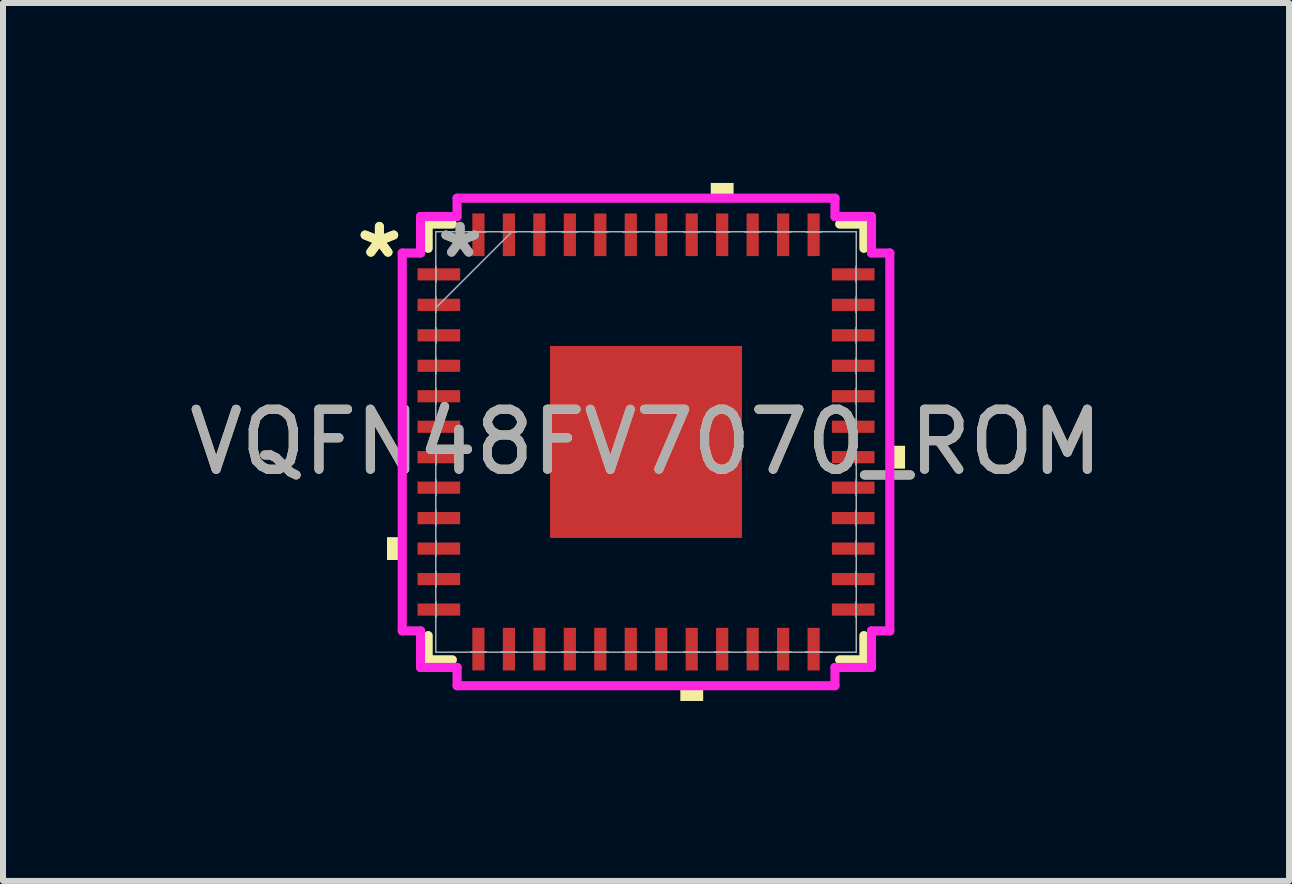
<source format=kicad_pcb>
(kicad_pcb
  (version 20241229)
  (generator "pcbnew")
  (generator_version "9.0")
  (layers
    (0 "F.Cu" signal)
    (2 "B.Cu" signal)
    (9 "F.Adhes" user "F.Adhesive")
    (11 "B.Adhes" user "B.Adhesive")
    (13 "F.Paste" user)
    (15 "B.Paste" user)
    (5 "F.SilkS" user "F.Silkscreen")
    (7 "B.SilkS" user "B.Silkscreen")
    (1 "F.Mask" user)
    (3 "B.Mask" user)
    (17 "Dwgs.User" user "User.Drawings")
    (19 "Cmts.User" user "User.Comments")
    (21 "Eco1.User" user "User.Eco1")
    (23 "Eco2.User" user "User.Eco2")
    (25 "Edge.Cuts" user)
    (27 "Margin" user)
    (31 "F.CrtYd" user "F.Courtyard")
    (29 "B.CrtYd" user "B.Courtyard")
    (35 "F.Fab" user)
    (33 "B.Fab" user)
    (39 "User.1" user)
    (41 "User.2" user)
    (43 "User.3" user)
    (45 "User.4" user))
  (footprint "VQFN48FV7070_ROM"
    (layer "F.Cu")
    (at 7.72 4.318)
    (property "Reference" "VQFN48FV7070_ROM" (at 0 0 0) (unlocked yes) (layer "F.SilkS") (effects (font (size 1 1) (thickness 0.15))))
    (attr smd)
    (fp_line (start -3.632 -3.632) (end -3.632 -3.228) (stroke (width 0.152) (type solid)) (layer "F.SilkS"))
    (fp_line (start -3.632 3.228) (end -3.632 3.632) (stroke (width 0.152) (type solid)) (layer "F.SilkS"))
    (fp_line (start -3.632 3.632) (end -3.228 3.632) (stroke (width 0.152) (type solid)) (layer "F.SilkS"))
    (fp_line (start -3.228 -3.632) (end -3.632 -3.632) (stroke (width 0.152) (type solid)) (layer "F.SilkS"))
    (fp_line (start 3.228 3.632) (end 3.632 3.632) (stroke (width 0.152) (type solid)) (layer "F.SilkS"))
    (fp_line (start 3.632 -3.632) (end 3.228 -3.632) (stroke (width 0.152) (type solid)) (layer "F.SilkS"))
    (fp_line (start 3.632 -3.228) (end 3.632 -3.632) (stroke (width 0.152) (type solid)) (layer "F.SilkS"))
    (fp_line (start 3.632 3.632) (end 3.632 3.228) (stroke (width 0.152) (type solid)) (layer "F.SilkS"))
    (fp_poly (pts (xy -4.318 1.587) (xy -4.318 1.968) (xy -4.064 1.968) (xy -4.064 1.587)) (stroke (width 0) (type solid)) (fill yes) (layer "F.SilkS"))
    (fp_poly (pts (xy 0.572 4.064) (xy 0.572 4.318) (xy 0.953 4.318) (xy 0.953 4.064)) (stroke (width 0) (type solid)) (fill yes) (layer "F.SilkS"))
    (fp_poly (pts (xy 1.079 -4.064) (xy 1.079 -4.318) (xy 1.46 -4.318) (xy 1.46 -4.064)) (stroke (width 0) (type solid)) (fill yes) (layer "F.SilkS"))
    (fp_poly (pts (xy 4.318 0.064) (xy 4.318 0.445) (xy 4.064 0.445) (xy 4.064 0.064)) (stroke (width 0) (type solid)) (fill yes) (layer "F.SilkS"))
    (fp_poly (pts (xy -1.5 -1.5) (xy -1.5 -0.1) (xy -0.1 -0.1) (xy -0.1 -1.5)) (stroke (width 0) (type solid)) (fill yes) (layer "F.Paste"))
    (fp_poly (pts (xy -1.5 0.1) (xy -1.5 1.5) (xy -0.1 1.5) (xy -0.1 0.1)) (stroke (width 0) (type solid)) (fill yes) (layer "F.Paste"))
    (fp_poly (pts (xy 0.1 -1.5) (xy 0.1 -0.1) (xy 1.5 -0.1) (xy 1.5 -1.5)) (stroke (width 0) (type solid)) (fill yes) (layer "F.Paste"))
    (fp_poly (pts (xy 0.1 0.1) (xy 0.1 1.5) (xy 1.5 1.5) (xy 1.5 0.1)) (stroke (width 0) (type solid)) (fill yes) (layer "F.Paste"))
    (fp_line (start -4.064 -3.15) (end -3.759 -3.15) (stroke (width 0.152) (type solid)) (layer "F.CrtYd"))
    (fp_line (start -4.064 3.15) (end -4.064 -3.15) (stroke (width 0.152) (type solid)) (layer "F.CrtYd"))
    (fp_line (start -3.759 -3.759) (end -3.15 -3.759) (stroke (width 0.152) (type solid)) (layer "F.CrtYd"))
    (fp_line (start -3.759 -3.15) (end -3.759 -3.759) (stroke (width 0.152) (type solid)) (layer "F.CrtYd"))
    (fp_line (start -3.759 3.15) (end -4.064 3.15) (stroke (width 0.152) (type solid)) (layer "F.CrtYd"))
    (fp_line (start -3.759 3.759) (end -3.759 3.15) (stroke (width 0.152) (type solid)) (layer "F.CrtYd"))
    (fp_line (start -3.15 -4.064) (end 3.15 -4.064) (stroke (width 0.152) (type solid)) (layer "F.CrtYd"))
    (fp_line (start -3.15 -3.759) (end -3.15 -4.064) (stroke (width 0.152) (type solid)) (layer "F.CrtYd"))
    (fp_line (start -3.15 3.759) (end -3.759 3.759) (stroke (width 0.152) (type solid)) (layer "F.CrtYd"))
    (fp_line (start -3.15 4.064) (end -3.15 3.759) (stroke (width 0.152) (type solid)) (layer "F.CrtYd"))
    (fp_line (start 3.15 -4.064) (end 3.15 -3.759) (stroke (width 0.152) (type solid)) (layer "F.CrtYd"))
    (fp_line (start 3.15 -3.759) (end 3.759 -3.759) (stroke (width 0.152) (type solid)) (layer "F.CrtYd"))
    (fp_line (start 3.15 3.759) (end 3.15 4.064) (stroke (width 0.152) (type solid)) (layer "F.CrtYd"))
    (fp_line (start 3.15 4.064) (end -3.15 4.064) (stroke (width 0.152) (type solid)) (layer "F.CrtYd"))
    (fp_line (start 3.759 -3.759) (end 3.759 -3.15) (stroke (width 0.152) (type solid)) (layer "F.CrtYd"))
    (fp_line (start 3.759 -3.15) (end 4.064 -3.15) (stroke (width 0.152) (type solid)) (layer "F.CrtYd"))
    (fp_line (start 3.759 3.15) (end 3.759 3.759) (stroke (width 0.152) (type solid)) (layer "F.CrtYd"))
    (fp_line (start 3.759 3.759) (end 3.15 3.759) (stroke (width 0.152) (type solid)) (layer "F.CrtYd"))
    (fp_line (start 4.064 -3.15) (end 4.064 3.15) (stroke (width 0.152) (type solid)) (layer "F.CrtYd"))
    (fp_line (start 4.064 3.15) (end 3.759 3.15) (stroke (width 0.152) (type solid)) (layer "F.CrtYd"))
    (fp_line (start -3.505 -3.505) (end -3.505 -3.505) (stroke (width 0.025) (type solid)) (layer "F.Fab"))
    (fp_line (start -3.505 -3.505) (end -3.505 3.505) (stroke (width 0.025) (type solid)) (layer "F.Fab"))
    (fp_line (start -3.505 -2.921) (end -3.505 -2.921) (stroke (width 0.025) (type solid)) (layer "F.Fab"))
    (fp_line (start -3.505 -2.921) (end -3.505 -2.667) (stroke (width 0.025) (type solid)) (layer "F.Fab"))
    (fp_line (start -3.505 -2.667) (end -3.505 -2.921) (stroke (width 0.025) (type solid)) (layer "F.Fab"))
    (fp_line (start -3.505 -2.667) (end -3.505 -2.667) (stroke (width 0.025) (type solid)) (layer "F.Fab"))
    (fp_line (start -3.505 -2.413) (end -3.505 -2.413) (stroke (width 0.025) (type solid)) (layer "F.Fab"))
    (fp_line (start -3.505 -2.413) (end -3.505 -2.159) (stroke (width 0.025) (type solid)) (layer "F.Fab"))
    (fp_line (start -3.505 -2.235) (end -2.235 -3.505) (stroke (width 0.025) (type solid)) (layer "F.Fab"))
    (fp_line (start -3.505 -2.159) (end -3.505 -2.413) (stroke (width 0.025) (type solid)) (layer "F.Fab"))
    (fp_line (start -3.505 -2.159) (end -3.505 -2.159) (stroke (width 0.025) (type solid)) (layer "F.Fab"))
    (fp_line (start -3.505 -1.905) (end -3.505 -1.905) (stroke (width 0.025) (type solid)) (layer "F.Fab"))
    (fp_line (start -3.505 -1.905) (end -3.505 -1.651) (stroke (width 0.025) (type solid)) (layer "F.Fab"))
    (fp_line (start -3.505 -1.651) (end -3.505 -1.905) (stroke (width 0.025) (type solid)) (layer "F.Fab"))
    (fp_line (start -3.505 -1.651) (end -3.505 -1.651) (stroke (width 0.025) (type solid)) (layer "F.Fab"))
    (fp_line (start -3.505 -1.397) (end -3.505 -1.397) (stroke (width 0.025) (type solid)) (layer "F.Fab"))
    (fp_line (start -3.505 -1.397) (end -3.505 -1.143) (stroke (width 0.025) (type solid)) (layer "F.Fab"))
    (fp_line (start -3.505 -1.143) (end -3.505 -1.397) (stroke (width 0.025) (type solid)) (layer "F.Fab"))
    (fp_line (start -3.505 -1.143) (end -3.505 -1.143) (stroke (width 0.025) (type solid)) (layer "F.Fab"))
    (fp_line (start -3.505 -0.889) (end -3.505 -0.889) (stroke (width 0.025) (type solid)) (layer "F.Fab"))
    (fp_line (start -3.505 -0.889) (end -3.505 -0.635) (stroke (width 0.025) (type solid)) (layer "F.Fab"))
    (fp_line (start -3.505 -0.635) (end -3.505 -0.889) (stroke (width 0.025) (type solid)) (layer "F.Fab"))
    (fp_line (start -3.505 -0.635) (end -3.505 -0.635) (stroke (width 0.025) (type solid)) (layer "F.Fab"))
    (fp_line (start -3.505 -0.381) (end -3.505 -0.381) (stroke (width 0.025) (type solid)) (layer "F.Fab"))
    (fp_line (start -3.505 -0.381) (end -3.505 -0.127) (stroke (width 0.025) (type solid)) (layer "F.Fab"))
    (fp_line (start -3.505 -0.127) (end -3.505 -0.381) (stroke (width 0.025) (type solid)) (layer "F.Fab"))
    (fp_line (start -3.505 -0.127) (end -3.505 -0.127) (stroke (width 0.025) (type solid)) (layer "F.Fab"))
    (fp_line (start -3.505 0.127) (end -3.505 0.127) (stroke (width 0.025) (type solid)) (layer "F.Fab"))
    (fp_line (start -3.505 0.127) (end -3.505 0.381) (stroke (width 0.025) (type solid)) (layer "F.Fab"))
    (fp_line (start -3.505 0.381) (end -3.505 0.127) (stroke (width 0.025) (type solid)) (layer "F.Fab"))
    (fp_line (start -3.505 0.381) (end -3.505 0.381) (stroke (width 0.025) (type solid)) (layer "F.Fab"))
    (fp_line (start -3.505 0.635) (end -3.505 0.635) (stroke (width 0.025) (type solid)) (layer "F.Fab"))
    (fp_line (start -3.505 0.635) (end -3.505 0.889) (stroke (width 0.025) (type solid)) (layer "F.Fab"))
    (fp_line (start -3.505 0.889) (end -3.505 0.635) (stroke (width 0.025) (type solid)) (layer "F.Fab"))
    (fp_line (start -3.505 0.889) (end -3.505 0.889) (stroke (width 0.025) (type solid)) (layer "F.Fab"))
    (fp_line (start -3.505 1.143) (end -3.505 1.143) (stroke (width 0.025) (type solid)) (layer "F.Fab"))
    (fp_line (start -3.505 1.143) (end -3.505 1.397) (stroke (width 0.025) (type solid)) (layer "F.Fab"))
    (fp_line (start -3.505 1.397) (end -3.505 1.143) (stroke (width 0.025) (type solid)) (layer "F.Fab"))
    (fp_line (start -3.505 1.397) (end -3.505 1.397) (stroke (width 0.025) (type solid)) (layer "F.Fab"))
    (fp_line (start -3.505 1.651) (end -3.505 1.651) (stroke (width 0.025) (type solid)) (layer "F.Fab"))
    (fp_line (start -3.505 1.651) (end -3.505 1.905) (stroke (width 0.025) (type solid)) (layer "F.Fab"))
    (fp_line (start -3.505 1.905) (end -3.505 1.651) (stroke (width 0.025) (type solid)) (layer "F.Fab"))
    (fp_line (start -3.505 1.905) (end -3.505 1.905) (stroke (width 0.025) (type solid)) (layer "F.Fab"))
    (fp_line (start -3.505 2.159) (end -3.505 2.159) (stroke (width 0.025) (type solid)) (layer "F.Fab"))
    (fp_line (start -3.505 2.159) (end -3.505 2.413) (stroke (width 0.025) (type solid)) (layer "F.Fab"))
    (fp_line (start -3.505 2.413) (end -3.505 2.159) (stroke (width 0.025) (type solid)) (layer "F.Fab"))
    (fp_line (start -3.505 2.413) (end -3.505 2.413) (stroke (width 0.025) (type solid)) (layer "F.Fab"))
    (fp_line (start -3.505 2.667) (end -3.505 2.667) (stroke (width 0.025) (type solid)) (layer "F.Fab"))
    (fp_line (start -3.505 2.667) (end -3.505 2.921) (stroke (width 0.025) (type solid)) (layer "F.Fab"))
    (fp_line (start -3.505 2.921) (end -3.505 2.667) (stroke (width 0.025) (type solid)) (layer "F.Fab"))
    (fp_line (start -3.505 2.921) (end -3.505 2.921) (stroke (width 0.025) (type solid)) (layer "F.Fab"))
    (fp_line (start -3.505 3.505) (end -3.505 3.505) (stroke (width 0.025) (type solid)) (layer "F.Fab"))
    (fp_line (start -3.505 3.505) (end 3.505 3.505) (stroke (width 0.025) (type solid)) (layer "F.Fab"))
    (fp_line (start -2.921 -3.505) (end -2.921 -3.505) (stroke (width 0.025) (type solid)) (layer "F.Fab"))
    (fp_line (start -2.921 -3.505) (end -2.667 -3.505) (stroke (width 0.025) (type solid)) (layer "F.Fab"))
    (fp_line (start -2.921 3.505) (end -2.921 3.505) (stroke (width 0.025) (type solid)) (layer "F.Fab"))
    (fp_line (start -2.921 3.505) (end -2.667 3.505) (stroke (width 0.025) (type solid)) (layer "F.Fab"))
    (fp_line (start -2.667 -3.505) (end -2.921 -3.505) (stroke (width 0.025) (type solid)) (layer "F.Fab"))
    (fp_line (start -2.667 -3.505) (end -2.667 -3.505) (stroke (width 0.025) (type solid)) (layer "F.Fab"))
    (fp_line (start -2.667 3.505) (end -2.921 3.505) (stroke (width 0.025) (type solid)) (layer "F.Fab"))
    (fp_line (start -2.667 3.505) (end -2.667 3.505) (stroke (width 0.025) (type solid)) (layer "F.Fab"))
    (fp_line (start -2.413 -3.505) (end -2.413 -3.505) (stroke (width 0.025) (type solid)) (layer "F.Fab"))
    (fp_line (start -2.413 -3.505) (end -2.159 -3.505) (stroke (width 0.025) (type solid)) (layer "F.Fab"))
    (fp_line (start -2.413 3.505) (end -2.413 3.505) (stroke (width 0.025) (type solid)) (layer "F.Fab"))
    (fp_line (start -2.413 3.505) (end -2.159 3.505) (stroke (width 0.025) (type solid)) (layer "F.Fab"))
    (fp_line (start -2.159 -3.505) (end -2.413 -3.505) (stroke (width 0.025) (type solid)) (layer "F.Fab"))
    (fp_line (start -2.159 -3.505) (end -2.159 -3.505) (stroke (width 0.025) (type solid)) (layer "F.Fab"))
    (fp_line (start -2.159 3.505) (end -2.413 3.505) (stroke (width 0.025) (type solid)) (layer "F.Fab"))
    (fp_line (start -2.159 3.505) (end -2.159 3.505) (stroke (width 0.025) (type solid)) (layer "F.Fab"))
    (fp_line (start -1.905 -3.505) (end -1.905 -3.505) (stroke (width 0.025) (type solid)) (layer "F.Fab"))
    (fp_line (start -1.905 -3.505) (end -1.651 -3.505) (stroke (width 0.025) (type solid)) (layer "F.Fab"))
    (fp_line (start -1.905 3.505) (end -1.905 3.505) (stroke (width 0.025) (type solid)) (layer "F.Fab"))
    (fp_line (start -1.905 3.505) (end -1.651 3.505) (stroke (width 0.025) (type solid)) (layer "F.Fab"))
    (fp_line (start -1.651 -3.505) (end -1.905 -3.505) (stroke (width 0.025) (type solid)) (layer "F.Fab"))
    (fp_line (start -1.651 -3.505) (end -1.651 -3.505) (stroke (width 0.025) (type solid)) (layer "F.Fab"))
    (fp_line (start -1.651 3.505) (end -1.905 3.505) (stroke (width 0.025) (type solid)) (layer "F.Fab"))
    (fp_line (start -1.651 3.505) (end -1.651 3.505) (stroke (width 0.025) (type solid)) (layer "F.Fab"))
    (fp_line (start -1.397 -3.505) (end -1.397 -3.505) (stroke (width 0.025) (type solid)) (layer "F.Fab"))
    (fp_line (start -1.397 -3.505) (end -1.143 -3.505) (stroke (width 0.025) (type solid)) (layer "F.Fab"))
    (fp_line (start -1.397 3.505) (end -1.397 3.505) (stroke (width 0.025) (type solid)) (layer "F.Fab"))
    (fp_line (start -1.397 3.505) (end -1.143 3.505) (stroke (width 0.025) (type solid)) (layer "F.Fab"))
    (fp_line (start -1.143 -3.505) (end -1.397 -3.505) (stroke (width 0.025) (type solid)) (layer "F.Fab"))
    (fp_line (start -1.143 -3.505) (end -1.143 -3.505) (stroke (width 0.025) (type solid)) (layer "F.Fab"))
    (fp_line (start -1.143 3.505) (end -1.397 3.505) (stroke (width 0.025) (type solid)) (layer "F.Fab"))
    (fp_line (start -1.143 3.505) (end -1.143 3.505) (stroke (width 0.025) (type solid)) (layer "F.Fab"))
    (fp_line (start -0.889 -3.505) (end -0.889 -3.505) (stroke (width 0.025) (type solid)) (layer "F.Fab"))
    (fp_line (start -0.889 -3.505) (end -0.635 -3.505) (stroke (width 0.025) (type solid)) (layer "F.Fab"))
    (fp_line (start -0.889 3.505) (end -0.889 3.505) (stroke (width 0.025) (type solid)) (layer "F.Fab"))
    (fp_line (start -0.889 3.505) (end -0.635 3.505) (stroke (width 0.025) (type solid)) (layer "F.Fab"))
    (fp_line (start -0.635 -3.505) (end -0.889 -3.505) (stroke (width 0.025) (type solid)) (layer "F.Fab"))
    (fp_line (start -0.635 -3.505) (end -0.635 -3.505) (stroke (width 0.025) (type solid)) (layer "F.Fab"))
    (fp_line (start -0.635 3.505) (end -0.889 3.505) (stroke (width 0.025) (type solid)) (layer "F.Fab"))
    (fp_line (start -0.635 3.505) (end -0.635 3.505) (stroke (width 0.025) (type solid)) (layer "F.Fab"))
    (fp_line (start -0.381 -3.505) (end -0.381 -3.505) (stroke (width 0.025) (type solid)) (layer "F.Fab"))
    (fp_line (start -0.381 -3.505) (end -0.127 -3.505) (stroke (width 0.025) (type solid)) (layer "F.Fab"))
    (fp_line (start -0.381 3.505) (end -0.381 3.505) (stroke (width 0.025) (type solid)) (layer "F.Fab"))
    (fp_line (start -0.381 3.505) (end -0.127 3.505) (stroke (width 0.025) (type solid)) (layer "F.Fab"))
    (fp_line (start -0.127 -3.505) (end -0.381 -3.505) (stroke (width 0.025) (type solid)) (layer "F.Fab"))
    (fp_line (start -0.127 -3.505) (end -0.127 -3.505) (stroke (width 0.025) (type solid)) (layer "F.Fab"))
    (fp_line (start -0.127 3.505) (end -0.381 3.505) (stroke (width 0.025) (type solid)) (layer "F.Fab"))
    (fp_line (start -0.127 3.505) (end -0.127 3.505) (stroke (width 0.025) (type solid)) (layer "F.Fab"))
    (fp_line (start 0.127 -3.505) (end 0.127 -3.505) (stroke (width 0.025) (type solid)) (layer "F.Fab"))
    (fp_line (start 0.127 -3.505) (end 0.381 -3.505) (stroke (width 0.025) (type solid)) (layer "F.Fab"))
    (fp_line (start 0.127 3.505) (end 0.127 3.505) (stroke (width 0.025) (type solid)) (layer "F.Fab"))
    (fp_line (start 0.127 3.505) (end 0.381 3.505) (stroke (width 0.025) (type solid)) (layer "F.Fab"))
    (fp_line (start 0.381 -3.505) (end 0.127 -3.505) (stroke (width 0.025) (type solid)) (layer "F.Fab"))
    (fp_line (start 0.381 -3.505) (end 0.381 -3.505) (stroke (width 0.025) (type solid)) (layer "F.Fab"))
    (fp_line (start 0.381 3.505) (end 0.127 3.505) (stroke (width 0.025) (type solid)) (layer "F.Fab"))
    (fp_line (start 0.381 3.505) (end 0.381 3.505) (stroke (width 0.025) (type solid)) (layer "F.Fab"))
    (fp_line (start 0.635 -3.505) (end 0.635 -3.505) (stroke (width 0.025) (type solid)) (layer "F.Fab"))
    (fp_line (start 0.635 -3.505) (end 0.889 -3.505) (stroke (width 0.025) (type solid)) (layer "F.Fab"))
    (fp_line (start 0.635 3.505) (end 0.635 3.505) (stroke (width 0.025) (type solid)) (layer "F.Fab"))
    (fp_line (start 0.635 3.505) (end 0.889 3.505) (stroke (width 0.025) (type solid)) (layer "F.Fab"))
    (fp_line (start 0.889 -3.505) (end 0.635 -3.505) (stroke (width 0.025) (type solid)) (layer "F.Fab"))
    (fp_line (start 0.889 -3.505) (end 0.889 -3.505) (stroke (width 0.025) (type solid)) (layer "F.Fab"))
    (fp_line (start 0.889 3.505) (end 0.635 3.505) (stroke (width 0.025) (type solid)) (layer "F.Fab"))
    (fp_line (start 0.889 3.505) (end 0.889 3.505) (stroke (width 0.025) (type solid)) (layer "F.Fab"))
    (fp_line (start 1.143 -3.505) (end 1.143 -3.505) (stroke (width 0.025) (type solid)) (layer "F.Fab"))
    (fp_line (start 1.143 -3.505) (end 1.397 -3.505) (stroke (width 0.025) (type solid)) (layer "F.Fab"))
    (fp_line (start 1.143 3.505) (end 1.143 3.505) (stroke (width 0.025) (type solid)) (layer "F.Fab"))
    (fp_line (start 1.143 3.505) (end 1.397 3.505) (stroke (width 0.025) (type solid)) (layer "F.Fab"))
    (fp_line (start 1.397 -3.505) (end 1.143 -3.505) (stroke (width 0.025) (type solid)) (layer "F.Fab"))
    (fp_line (start 1.397 -3.505) (end 1.397 -3.505) (stroke (width 0.025) (type solid)) (layer "F.Fab"))
    (fp_line (start 1.397 3.505) (end 1.143 3.505) (stroke (width 0.025) (type solid)) (layer "F.Fab"))
    (fp_line (start 1.397 3.505) (end 1.397 3.505) (stroke (width 0.025) (type solid)) (layer "F.Fab"))
    (fp_line (start 1.651 -3.505) (end 1.651 -3.505) (stroke (width 0.025) (type solid)) (layer "F.Fab"))
    (fp_line (start 1.651 -3.505) (end 1.905 -3.505) (stroke (width 0.025) (type solid)) (layer "F.Fab"))
    (fp_line (start 1.651 3.505) (end 1.651 3.505) (stroke (width 0.025) (type solid)) (layer "F.Fab"))
    (fp_line (start 1.651 3.505) (end 1.905 3.505) (stroke (width 0.025) (type solid)) (layer "F.Fab"))
    (fp_line (start 1.905 -3.505) (end 1.651 -3.505) (stroke (width 0.025) (type solid)) (layer "F.Fab"))
    (fp_line (start 1.905 -3.505) (end 1.905 -3.505) (stroke (width 0.025) (type solid)) (layer "F.Fab"))
    (fp_line (start 1.905 3.505) (end 1.651 3.505) (stroke (width 0.025) (type solid)) (layer "F.Fab"))
    (fp_line (start 1.905 3.505) (end 1.905 3.505) (stroke (width 0.025) (type solid)) (layer "F.Fab"))
    (fp_line (start 2.159 -3.505) (end 2.159 -3.505) (stroke (width 0.025) (type solid)) (layer "F.Fab"))
    (fp_line (start 2.159 -3.505) (end 2.413 -3.505) (stroke (width 0.025) (type solid)) (layer "F.Fab"))
    (fp_line (start 2.159 3.505) (end 2.159 3.505) (stroke (width 0.025) (type solid)) (layer "F.Fab"))
    (fp_line (start 2.159 3.505) (end 2.413 3.505) (stroke (width 0.025) (type solid)) (layer "F.Fab"))
    (fp_line (start 2.413 -3.505) (end 2.159 -3.505) (stroke (width 0.025) (type solid)) (layer "F.Fab"))
    (fp_line (start 2.413 -3.505) (end 2.413 -3.505) (stroke (width 0.025) (type solid)) (layer "F.Fab"))
    (fp_line (start 2.413 3.505) (end 2.159 3.505) (stroke (width 0.025) (type solid)) (layer "F.Fab"))
    (fp_line (start 2.413 3.505) (end 2.413 3.505) (stroke (width 0.025) (type solid)) (layer "F.Fab"))
    (fp_line (start 2.667 -3.505) (end 2.667 -3.505) (stroke (width 0.025) (type solid)) (layer "F.Fab"))
    (fp_line (start 2.667 -3.505) (end 2.921 -3.505) (stroke (width 0.025) (type solid)) (layer "F.Fab"))
    (fp_line (start 2.667 3.505) (end 2.667 3.505) (stroke (width 0.025) (type solid)) (layer "F.Fab"))
    (fp_line (start 2.667 3.505) (end 2.921 3.505) (stroke (width 0.025) (type solid)) (layer "F.Fab"))
    (fp_line (start 2.921 -3.505) (end 2.667 -3.505) (stroke (width 0.025) (type solid)) (layer "F.Fab"))
    (fp_line (start 2.921 -3.505) (end 2.921 -3.505) (stroke (width 0.025) (type solid)) (layer "F.Fab"))
    (fp_line (start 2.921 3.505) (end 2.667 3.505) (stroke (width 0.025) (type solid)) (layer "F.Fab"))
    (fp_line (start 2.921 3.505) (end 2.921 3.505) (stroke (width 0.025) (type solid)) (layer "F.Fab"))
    (fp_line (start 3.505 -3.505) (end -3.505 -3.505) (stroke (width 0.025) (type solid)) (layer "F.Fab"))
    (fp_line (start 3.505 -3.505) (end 3.505 -3.505) (stroke (width 0.025) (type solid)) (layer "F.Fab"))
    (fp_line (start 3.505 -2.921) (end 3.505 -2.921) (stroke (width 0.025) (type solid)) (layer "F.Fab"))
    (fp_line (start 3.505 -2.921) (end 3.505 -2.667) (stroke (width 0.025) (type solid)) (layer "F.Fab"))
    (fp_line (start 3.505 -2.667) (end 3.505 -2.921) (stroke (width 0.025) (type solid)) (layer "F.Fab"))
    (fp_line (start 3.505 -2.667) (end 3.505 -2.667) (stroke (width 0.025) (type solid)) (layer "F.Fab"))
    (fp_line (start 3.505 -2.413) (end 3.505 -2.413) (stroke (width 0.025) (type solid)) (layer "F.Fab"))
    (fp_line (start 3.505 -2.413) (end 3.505 -2.159) (stroke (width 0.025) (type solid)) (layer "F.Fab"))
    (fp_line (start 3.505 -2.159) (end 3.505 -2.413) (stroke (width 0.025) (type solid)) (layer "F.Fab"))
    (fp_line (start 3.505 -2.159) (end 3.505 -2.159) (stroke (width 0.025) (type solid)) (layer "F.Fab"))
    (fp_line (start 3.505 -1.905) (end 3.505 -1.905) (stroke (width 0.025) (type solid)) (layer "F.Fab"))
    (fp_line (start 3.505 -1.905) (end 3.505 -1.651) (stroke (width 0.025) (type solid)) (layer "F.Fab"))
    (fp_line (start 3.505 -1.651) (end 3.505 -1.905) (stroke (width 0.025) (type solid)) (layer "F.Fab"))
    (fp_line (start 3.505 -1.651) (end 3.505 -1.651) (stroke (width 0.025) (type solid)) (layer "F.Fab"))
    (fp_line (start 3.505 -1.397) (end 3.505 -1.397) (stroke (width 0.025) (type solid)) (layer "F.Fab"))
    (fp_line (start 3.505 -1.397) (end 3.505 -1.143) (stroke (width 0.025) (type solid)) (layer "F.Fab"))
    (fp_line (start 3.505 -1.143) (end 3.505 -1.397) (stroke (width 0.025) (type solid)) (layer "F.Fab"))
    (fp_line (start 3.505 -1.143) (end 3.505 -1.143) (stroke (width 0.025) (type solid)) (layer "F.Fab"))
    (fp_line (start 3.505 -0.889) (end 3.505 -0.889) (stroke (width 0.025) (type solid)) (layer "F.Fab"))
    (fp_line (start 3.505 -0.889) (end 3.505 -0.635) (stroke (width 0.025) (type solid)) (layer "F.Fab"))
    (fp_line (start 3.505 -0.635) (end 3.505 -0.889) (stroke (width 0.025) (type solid)) (layer "F.Fab"))
    (fp_line (start 3.505 -0.635) (end 3.505 -0.635) (stroke (width 0.025) (type solid)) (layer "F.Fab"))
    (fp_line (start 3.505 -0.381) (end 3.505 -0.381) (stroke (width 0.025) (type solid)) (layer "F.Fab"))
    (fp_line (start 3.505 -0.381) (end 3.505 -0.127) (stroke (width 0.025) (type solid)) (layer "F.Fab"))
    (fp_line (start 3.505 -0.127) (end 3.505 -0.381) (stroke (width 0.025) (type solid)) (layer "F.Fab"))
    (fp_line (start 3.505 -0.127) (end 3.505 -0.127) (stroke (width 0.025) (type solid)) (layer "F.Fab"))
    (fp_line (start 3.505 0.127) (end 3.505 0.127) (stroke (width 0.025) (type solid)) (layer "F.Fab"))
    (fp_line (start 3.505 0.127) (end 3.505 0.381) (stroke (width 0.025) (type solid)) (layer "F.Fab"))
    (fp_line (start 3.505 0.381) (end 3.505 0.127) (stroke (width 0.025) (type solid)) (layer "F.Fab"))
    (fp_line (start 3.505 0.381) (end 3.505 0.381) (stroke (width 0.025) (type solid)) (layer "F.Fab"))
    (fp_line (start 3.505 0.635) (end 3.505 0.635) (stroke (width 0.025) (type solid)) (layer "F.Fab"))
    (fp_line (start 3.505 0.635) (end 3.505 0.889) (stroke (width 0.025) (type solid)) (layer "F.Fab"))
    (fp_line (start 3.505 0.889) (end 3.505 0.635) (stroke (width 0.025) (type solid)) (layer "F.Fab"))
    (fp_line (start 3.505 0.889) (end 3.505 0.889) (stroke (width 0.025) (type solid)) (layer "F.Fab"))
    (fp_line (start 3.505 1.143) (end 3.505 1.143) (stroke (width 0.025) (type solid)) (layer "F.Fab"))
    (fp_line (start 3.505 1.143) (end 3.505 1.397) (stroke (width 0.025) (type solid)) (layer "F.Fab"))
    (fp_line (start 3.505 1.397) (end 3.505 1.143) (stroke (width 0.025) (type solid)) (layer "F.Fab"))
    (fp_line (start 3.505 1.397) (end 3.505 1.397) (stroke (width 0.025) (type solid)) (layer "F.Fab"))
    (fp_line (start 3.505 1.651) (end 3.505 1.651) (stroke (width 0.025) (type solid)) (layer "F.Fab"))
    (fp_line (start 3.505 1.651) (end 3.505 1.905) (stroke (width 0.025) (type solid)) (layer "F.Fab"))
    (fp_line (start 3.505 1.905) (end 3.505 1.651) (stroke (width 0.025) (type solid)) (layer "F.Fab"))
    (fp_line (start 3.505 1.905) (end 3.505 1.905) (stroke (width 0.025) (type solid)) (layer "F.Fab"))
    (fp_line (start 3.505 2.159) (end 3.505 2.159) (stroke (width 0.025) (type solid)) (layer "F.Fab"))
    (fp_line (start 3.505 2.159) (end 3.505 2.413) (stroke (width 0.025) (type solid)) (layer "F.Fab"))
    (fp_line (start 3.505 2.413) (end 3.505 2.159) (stroke (width 0.025) (type solid)) (layer "F.Fab"))
    (fp_line (start 3.505 2.413) (end 3.505 2.413) (stroke (width 0.025) (type solid)) (layer "F.Fab"))
    (fp_line (start 3.505 2.667) (end 3.505 2.667) (stroke (width 0.025) (type solid)) (layer "F.Fab"))
    (fp_line (start 3.505 2.667) (end 3.505 2.921) (stroke (width 0.025) (type solid)) (layer "F.Fab"))
    (fp_line (start 3.505 2.921) (end 3.505 2.667) (stroke (width 0.025) (type solid)) (layer "F.Fab"))
    (fp_line (start 3.505 2.921) (end 3.505 2.921) (stroke (width 0.025) (type solid)) (layer "F.Fab"))
    (fp_line (start 3.505 3.505) (end 3.505 -3.505) (stroke (width 0.025) (type solid)) (layer "F.Fab"))
    (fp_line (start 3.505 3.505) (end 3.505 3.505) (stroke (width 0.025) (type solid)) (layer "F.Fab"))
    (fp_text user "*" (at -4.445 -3.048 0) (layer "F.SilkS") (effects (font (size 1 1) (thickness 0.15))))
    (fp_text user "*" (at -4.445 -3.048 0) (unlocked yes) (layer "F.SilkS") (effects (font (size 1 1) (thickness 0.15))))
    (fp_text user "*" (at -3.099 -3.048 0) (layer "F.Fab") (effects (font (size 1 1) (thickness 0.15))))
    (fp_text user "*" (at -3.099 -3.048 0) (unlocked yes) (layer "F.Fab") (effects (font (size 1 1) (thickness 0.15))))
    (fp_text user "${REFERENCE}" (at 0 0 0) (unlocked yes) (layer "F.Fab") (effects (font (size 1 1) (thickness 0.15))))
    (pad "1" smd rect (at -3.454 -2.794 90) (size 0.203 0.711) (layers "F.Cu" "F.Mask" "F.Paste"))
    (pad "2" smd rect (at -3.454 -2.286 90) (size 0.203 0.711) (layers "F.Cu" "F.Mask" "F.Paste"))
    (pad "3" smd rect (at -3.454 -1.778 90) (size 0.203 0.711) (layers "F.Cu" "F.Mask" "F.Paste"))
    (pad "4" smd rect (at -3.454 -1.27 90) (size 0.203 0.711) (layers "F.Cu" "F.Mask" "F.Paste"))
    (pad "5" smd rect (at -3.454 -0.762 90) (size 0.203 0.711) (layers "F.Cu" "F.Mask" "F.Paste"))
    (pad "6" smd rect (at -3.454 -0.254 90) (size 0.203 0.711) (layers "F.Cu" "F.Mask" "F.Paste"))
    (pad "7" smd rect (at -3.454 0.254 90) (size 0.203 0.711) (layers "F.Cu" "F.Mask" "F.Paste"))
    (pad "8" smd rect (at -3.454 0.762 90) (size 0.203 0.711) (layers "F.Cu" "F.Mask" "F.Paste"))
    (pad "9" smd rect (at -3.454 1.27 90) (size 0.203 0.711) (layers "F.Cu" "F.Mask" "F.Paste"))
    (pad "10" smd rect (at -3.454 1.778 90) (size 0.203 0.711) (layers "F.Cu" "F.Mask" "F.Paste"))
    (pad "11" smd rect (at -3.454 2.286 90) (size 0.203 0.711) (layers "F.Cu" "F.Mask" "F.Paste"))
    (pad "12" smd rect (at -3.454 2.794 90) (size 0.203 0.711) (layers "F.Cu" "F.Mask" "F.Paste"))
    (pad "13" smd rect (at -2.794 3.454) (size 0.203 0.711) (layers "F.Cu" "F.Mask" "F.Paste"))
    (pad "14" smd rect (at -2.286 3.454) (size 0.203 0.711) (layers "F.Cu" "F.Mask" "F.Paste"))
    (pad "15" smd rect (at -1.778 3.454) (size 0.203 0.711) (layers "F.Cu" "F.Mask" "F.Paste"))
    (pad "16" smd rect (at -1.27 3.454) (size 0.203 0.711) (layers "F.Cu" "F.Mask" "F.Paste"))
    (pad "17" smd rect (at -0.762 3.454) (size 0.203 0.711) (layers "F.Cu" "F.Mask" "F.Paste"))
    (pad "18" smd rect (at -0.254 3.454) (size 0.203 0.711) (layers "F.Cu" "F.Mask" "F.Paste"))
    (pad "19" smd rect (at 0.254 3.454) (size 0.203 0.711) (layers "F.Cu" "F.Mask" "F.Paste"))
    (pad "20" smd rect (at 0.762 3.454) (size 0.203 0.711) (layers "F.Cu" "F.Mask" "F.Paste"))
    (pad "21" smd rect (at 1.27 3.454) (size 0.203 0.711) (layers "F.Cu" "F.Mask" "F.Paste"))
    (pad "22" smd rect (at 1.778 3.454) (size 0.203 0.711) (layers "F.Cu" "F.Mask" "F.Paste"))
    (pad "23" smd rect (at 2.286 3.454) (size 0.203 0.711) (layers "F.Cu" "F.Mask" "F.Paste"))
    (pad "24" smd rect (at 2.794 3.454) (size 0.203 0.711) (layers "F.Cu" "F.Mask" "F.Paste"))
    (pad "25" smd rect (at 3.454 2.794 90) (size 0.203 0.711) (layers "F.Cu" "F.Mask" "F.Paste"))
    (pad "26" smd rect (at 3.454 2.286 90) (size 0.203 0.711) (layers "F.Cu" "F.Mask" "F.Paste"))
    (pad "27" smd rect (at 3.454 1.778 90) (size 0.203 0.711) (layers "F.Cu" "F.Mask" "F.Paste"))
    (pad "28" smd rect (at 3.454 1.27 90) (size 0.203 0.711) (layers "F.Cu" "F.Mask" "F.Paste"))
    (pad "29" smd rect (at 3.454 0.762 90) (size 0.203 0.711) (layers "F.Cu" "F.Mask" "F.Paste"))
    (pad "30" smd rect (at 3.454 0.254 90) (size 0.203 0.711) (layers "F.Cu" "F.Mask" "F.Paste"))
    (pad "31" smd rect (at 3.454 -0.254 90) (size 0.203 0.711) (layers "F.Cu" "F.Mask" "F.Paste"))
    (pad "32" smd rect (at 3.454 -0.762 90) (size 0.203 0.711) (layers "F.Cu" "F.Mask" "F.Paste"))
    (pad "33" smd rect (at 3.454 -1.27 90) (size 0.203 0.711) (layers "F.Cu" "F.Mask" "F.Paste"))
    (pad "34" smd rect (at 3.454 -1.778 90) (size 0.203 0.711) (layers "F.Cu" "F.Mask" "F.Paste"))
    (pad "35" smd rect (at 3.454 -2.286 90) (size 0.203 0.711) (layers "F.Cu" "F.Mask" "F.Paste"))
    (pad "36" smd rect (at 3.454 -2.794 90) (size 0.203 0.711) (layers "F.Cu" "F.Mask" "F.Paste"))
    (pad "37" smd rect (at 2.794 -3.454) (size 0.203 0.711) (layers "F.Cu" "F.Mask" "F.Paste"))
    (pad "38" smd rect (at 2.286 -3.454) (size 0.203 0.711) (layers "F.Cu" "F.Mask" "F.Paste"))
    (pad "39" smd rect (at 1.778 -3.454) (size 0.203 0.711) (layers "F.Cu" "F.Mask" "F.Paste"))
    (pad "40" smd rect (at 1.27 -3.454) (size 0.203 0.711) (layers "F.Cu" "F.Mask" "F.Paste"))
    (pad "41" smd rect (at 0.762 -3.454) (size 0.203 0.711) (layers "F.Cu" "F.Mask" "F.Paste"))
    (pad "42" smd rect (at 0.254 -3.454) (size 0.203 0.711) (layers "F.Cu" "F.Mask" "F.Paste"))
    (pad "43" smd rect (at -0.254 -3.454) (size 0.203 0.711) (layers "F.Cu" "F.Mask" "F.Paste"))
    (pad "44" smd rect (at -0.762 -3.454) (size 0.203 0.711) (layers "F.Cu" "F.Mask" "F.Paste"))
    (pad "45" smd rect (at -1.27 -3.454) (size 0.203 0.711) (layers "F.Cu" "F.Mask" "F.Paste"))
    (pad "46" smd rect (at -1.778 -3.454) (size 0.203 0.711) (layers "F.Cu" "F.Mask" "F.Paste"))
    (pad "47" smd rect (at -2.286 -3.454) (size 0.203 0.711) (layers "F.Cu" "F.Mask" "F.Paste"))
    (pad "48" smd rect (at -2.794 -3.454) (size 0.203 0.711) (layers "F.Cu" "F.Mask" "F.Paste"))
    (pad "49" smd rect (at 0 0) (size 3.2 3.2) (layers "F.Cu" "F.Mask")))
  (gr_rect
    (start -3 -3)
    (end 18.44 11.636)
    (stroke (width 0.1) (type default))
    (fill no)
    (layer "Edge.Cuts")))
</source>
